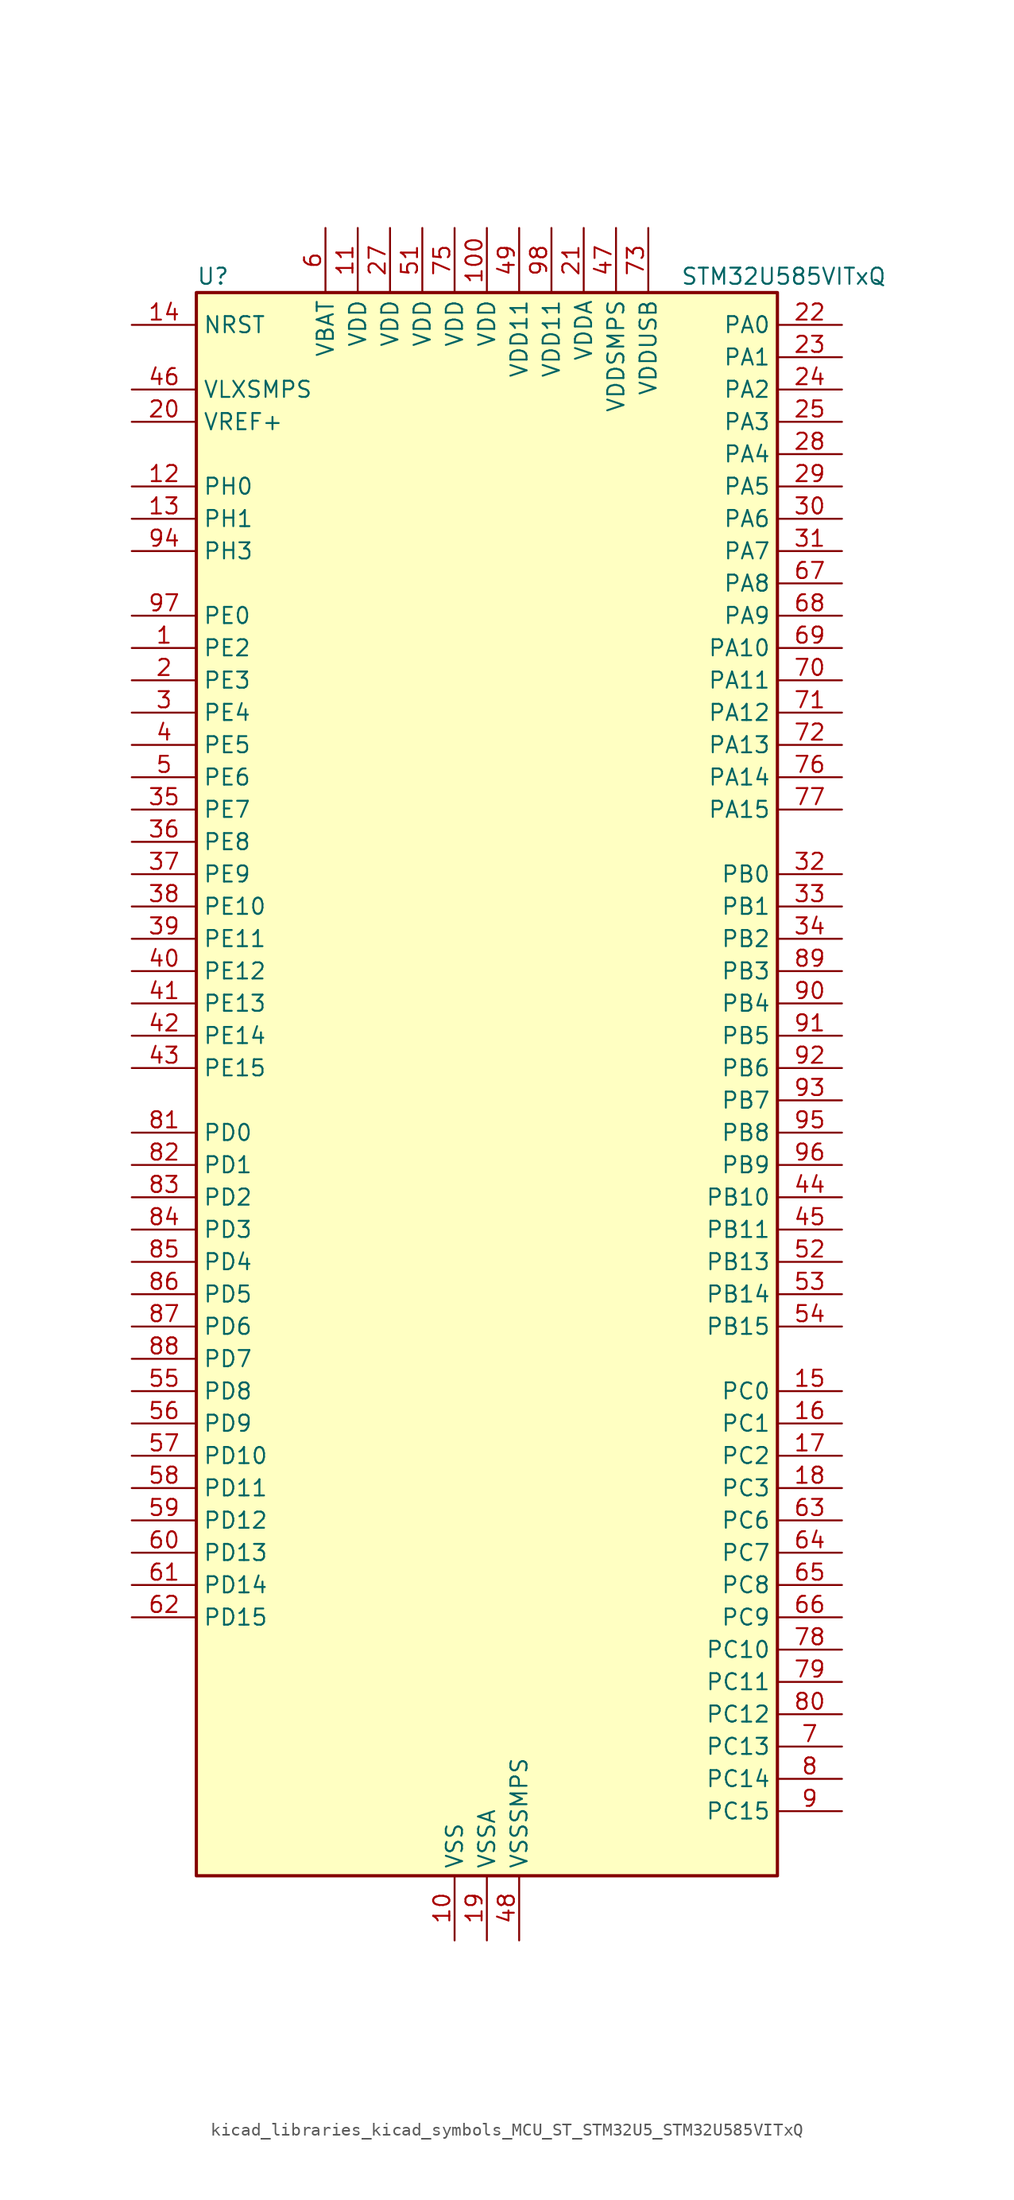
<source format=kicad_sym>
(kicad_symbol_lib
  (version 20220914)
  (generator kicad_symbol_editor)
  (symbol "kicad_libraries_kicad_symbols_MCU_ST_STM32U5_STM32U585VITxQ"
    (property "Reference" "U"
      (at -22.86 64.77 0)
      (effects (font (size 1.27 1.27)) (justify left)))
    (property "Value" "STM32U585VITxQ"
      (at 15.24 64.77 0)
      (effects (font (size 1.27 1.27)) (justify left)))
    (property "ki_locked" ""
      (at 0 0 0)
      (effects (font (size 1.27 1.27))))
    (symbol "kicad_libraries_kicad_symbols_MCU_ST_STM32U5_STM32U585VITxQ_0_1"
      (rectangle (start -22.86 -60.96) (end 22.86 63.5) (stroke (width 0.254) (type default)) (fill (type background))))
    (symbol "kicad_libraries_kicad_symbols_MCU_ST_STM32U5_STM32U585VITxQ_1_1"
      (pin bidirectional line (at -27.94 35.56 0) (length 5.08) (name "PE2" (effects (font (size 1.27 1.27)))) (number "1" (effects (font (size 1.27 1.27)))) (alternate "DEBUG_TRACECLK" bidirectional line) (alternate "FMC_A23" bidirectional line) (alternate "SAI1_CK1" bidirectional line) (alternate "SAI1_MCLK_A" bidirectional line) (alternate "TIM3_ETR" bidirectional line) (alternate "TSC_G7_IO1" bidirectional line))
      (pin power_in line (at -2.54 -66.04 90) (length 5.08) (name "VSS" (effects (font (size 1.27 1.27)))) (number "10" (effects (font (size 1.27 1.27)))))
      (pin power_in line (at 0 68.58 270) (length 5.08) (name "VDD" (effects (font (size 1.27 1.27)))) (number "100" (effects (font (size 1.27 1.27)))))
      (pin power_in line (at -10.16 68.58 270) (length 5.08) (name "VDD" (effects (font (size 1.27 1.27)))) (number "11" (effects (font (size 1.27 1.27)))))
      (pin bidirectional line (at -27.94 48.26 0) (length 5.08) (name "PH0" (effects (font (size 1.27 1.27)))) (number "12" (effects (font (size 1.27 1.27)))) (alternate "RCC_OSC_IN" bidirectional line))
      (pin bidirectional line (at -27.94 45.72 0) (length 5.08) (name "PH1" (effects (font (size 1.27 1.27)))) (number "13" (effects (font (size 1.27 1.27)))) (alternate "RCC_OSC_OUT" bidirectional line))
      (pin input line (at -27.94 60.96 0) (length 5.08) (name "NRST" (effects (font (size 1.27 1.27)))) (number "14" (effects (font (size 1.27 1.27)))))
      (pin bidirectional line (at 27.94 -22.86 180) (length 5.08) (name "PC0" (effects (font (size 1.27 1.27)))) (number "15" (effects (font (size 1.27 1.27)))) (alternate "ADC1_IN1" bidirectional line) (alternate "ADC4_IN1" bidirectional line) (alternate "I2C3_SCL" bidirectional line) (alternate "LPTIM1_IN1" bidirectional line) (alternate "LPTIM2_IN1" bidirectional line) (alternate "LPUART1_RX" bidirectional line) (alternate "MDF1_SDI4" bidirectional line) (alternate "OCTOSPIM_P1_IO7" bidirectional line) (alternate "SAI2_FS_A" bidirectional line) (alternate "SDMMC1_D5" bidirectional line) (alternate "SPI2_RDY" bidirectional line))
      (pin bidirectional line (at 27.94 -25.4 180) (length 5.08) (name "PC1" (effects (font (size 1.27 1.27)))) (number "16" (effects (font (size 1.27 1.27)))) (alternate "ADC1_IN2" bidirectional line) (alternate "ADC4_IN2" bidirectional line) (alternate "DEBUG_TRACED0" bidirectional line) (alternate "I2C3_SDA" bidirectional line) (alternate "LPTIM1_CH1" bidirectional line) (alternate "LPUART1_TX" bidirectional line) (alternate "MDF1_CKI4" bidirectional line) (alternate "OCTOSPIM_P1_IO4" bidirectional line) (alternate "SAI1_SD_A" bidirectional line) (alternate "SDMMC2_CK" bidirectional line) (alternate "SPI2_MOSI" bidirectional line))
      (pin bidirectional line (at 27.94 -27.94 180) (length 5.08) (name "PC2" (effects (font (size 1.27 1.27)))) (number "17" (effects (font (size 1.27 1.27)))) (alternate "ADC1_IN3" bidirectional line) (alternate "ADC4_IN3" bidirectional line) (alternate "LPTIM1_IN2" bidirectional line) (alternate "MDF1_CCK1" bidirectional line) (alternate "OCTOSPIM_P1_IO5" bidirectional line) (alternate "SPI2_MISO" bidirectional line))
      (pin bidirectional line (at 27.94 -30.48 180) (length 5.08) (name "PC3" (effects (font (size 1.27 1.27)))) (number "18" (effects (font (size 1.27 1.27)))) (alternate "ADC1_IN4" bidirectional line) (alternate "ADC4_IN4" bidirectional line) (alternate "LPTIM1_ETR" bidirectional line) (alternate "LPTIM2_ETR" bidirectional line) (alternate "LPTIM3_CH1" bidirectional line) (alternate "OCTOSPIM_P1_IO6" bidirectional line) (alternate "SAI1_D1" bidirectional line) (alternate "SAI1_SD_A" bidirectional line) (alternate "SPI2_MOSI" bidirectional line))
      (pin power_in line (at 0 -66.04 90) (length 5.08) (name "VSSA" (effects (font (size 1.27 1.27)))) (number "19" (effects (font (size 1.27 1.27)))))
      (pin bidirectional line (at -27.94 33.02 0) (length 5.08) (name "PE3" (effects (font (size 1.27 1.27)))) (number "2" (effects (font (size 1.27 1.27)))) (alternate "DEBUG_TRACED0" bidirectional line) (alternate "FMC_A19" bidirectional line) (alternate "OCTOSPIM_P1_DQS" bidirectional line) (alternate "SAI1_SD_B" bidirectional line) (alternate "TAMP_IN6" bidirectional line) (alternate "TAMP_OUT3" bidirectional line) (alternate "TIM3_CH1" bidirectional line) (alternate "TSC_G7_IO2" bidirectional line))
      (pin input line (at -27.94 53.34 0) (length 5.08) (name "VREF+" (effects (font (size 1.27 1.27)))) (number "20" (effects (font (size 1.27 1.27)))) (alternate "VREFBUF_OUT" bidirectional line))
      (pin power_in line (at 7.62 68.58 270) (length 5.08) (name "VDDA" (effects (font (size 1.27 1.27)))) (number "21" (effects (font (size 1.27 1.27)))))
      (pin bidirectional line (at 27.94 60.96 180) (length 5.08) (name "PA0" (effects (font (size 1.27 1.27)))) (number "22" (effects (font (size 1.27 1.27)))) (alternate "ADC1_IN5" bidirectional line) (alternate "AUDIOCLK" bidirectional line) (alternate "OCTOSPIM_P2_NCS" bidirectional line) (alternate "OPAMP1_VINP" bidirectional line) (alternate "PWR_WKUP1" bidirectional line) (alternate "SDMMC2_CMD" bidirectional line) (alternate "SPI3_RDY" bidirectional line) (alternate "TAMP_IN2" bidirectional line) (alternate "TAMP_OUT1" bidirectional line) (alternate "TIM2_CH1" bidirectional line) (alternate "TIM2_ETR" bidirectional line) (alternate "TIM5_CH1" bidirectional line) (alternate "TIM8_ETR" bidirectional line) (alternate "UART4_TX" bidirectional line) (alternate "USART2_CTS" bidirectional line))
      (pin bidirectional line (at 27.94 58.42 180) (length 5.08) (name "PA1" (effects (font (size 1.27 1.27)))) (number "23" (effects (font (size 1.27 1.27)))) (alternate "ADC1_IN6" bidirectional line) (alternate "I2C1_SMBA" bidirectional line) (alternate "LPTIM1_CH2" bidirectional line) (alternate "OCTOSPIM_P1_DQS" bidirectional line) (alternate "OPAMP1_VINM" bidirectional line) (alternate "PWR_WKUP3" bidirectional line) (alternate "SPI1_SCK" bidirectional line) (alternate "TAMP_IN5" bidirectional line) (alternate "TAMP_OUT4" bidirectional line) (alternate "TIM15_CH1N" bidirectional line) (alternate "TIM2_CH2" bidirectional line) (alternate "TIM5_CH2" bidirectional line) (alternate "UART4_RX" bidirectional line) (alternate "USART2_DE" bidirectional line) (alternate "USART2_RTS" bidirectional line))
      (pin bidirectional line (at 27.94 55.88 180) (length 5.08) (name "PA2" (effects (font (size 1.27 1.27)))) (number "24" (effects (font (size 1.27 1.27)))) (alternate "ADC1_IN7" bidirectional line) (alternate "COMP1_INP" bidirectional line) (alternate "LPUART1_TX" bidirectional line) (alternate "OCTOSPIM_P1_NCS" bidirectional line) (alternate "PWR_WKUP4" bidirectional line) (alternate "RCC_LSCO" bidirectional line) (alternate "SPI1_RDY" bidirectional line) (alternate "TIM15_CH1" bidirectional line) (alternate "TIM2_CH3" bidirectional line) (alternate "TIM5_CH3" bidirectional line) (alternate "UCPD1_FRSTX1" bidirectional line) (alternate "USART2_TX" bidirectional line))
      (pin bidirectional line (at 27.94 53.34 180) (length 5.08) (name "PA3" (effects (font (size 1.27 1.27)))) (number "25" (effects (font (size 1.27 1.27)))) (alternate "ADC1_IN8" bidirectional line) (alternate "LPUART1_RX" bidirectional line) (alternate "OCTOSPIM_P1_CLK" bidirectional line) (alternate "OPAMP1_VOUT" bidirectional line) (alternate "PWR_WKUP5" bidirectional line) (alternate "SAI1_CK1" bidirectional line) (alternate "SAI1_MCLK_A" bidirectional line) (alternate "TIM15_CH2" bidirectional line) (alternate "TIM2_CH4" bidirectional line) (alternate "TIM5_CH4" bidirectional line) (alternate "USART2_RX" bidirectional line))
      (pin passive line (at -2.54 -66.04 90) (length 5.08) hide (name "VSS" (effects (font (size 1.27 1.27)))) (number "26" (effects (font (size 1.27 1.27)))))
      (pin power_in line (at -7.62 68.58 270) (length 5.08) (name "VDD" (effects (font (size 1.27 1.27)))) (number "27" (effects (font (size 1.27 1.27)))))
      (pin bidirectional line (at 27.94 50.8 180) (length 5.08) (name "PA4" (effects (font (size 1.27 1.27)))) (number "28" (effects (font (size 1.27 1.27)))) (alternate "ADC1_IN9" bidirectional line) (alternate "ADC4_IN9" bidirectional line) (alternate "DAC1_OUT1" bidirectional line) (alternate "DCMI_HSYNC" bidirectional line) (alternate "LPTIM2_CH1" bidirectional line) (alternate "OCTOSPIM_P1_NCS" bidirectional line) (alternate "PSSI_DE" bidirectional line) (alternate "PWR_WKUP2" bidirectional line) (alternate "SAI1_FS_B" bidirectional line) (alternate "SPI1_NSS" bidirectional line) (alternate "SPI3_NSS" bidirectional line) (alternate "USART2_CK" bidirectional line))
      (pin bidirectional line (at 27.94 48.26 180) (length 5.08) (name "PA5" (effects (font (size 1.27 1.27)))) (number "29" (effects (font (size 1.27 1.27)))) (alternate "ADC1_IN10" bidirectional line) (alternate "ADC4_IN10" bidirectional line) (alternate "DAC1_OUT2" bidirectional line) (alternate "LPTIM2_ETR" bidirectional line) (alternate "PSSI_D14" bidirectional line) (alternate "PWR_CSLEEP" bidirectional line) (alternate "PWR_WKUP6" bidirectional line) (alternate "SPI1_SCK" bidirectional line) (alternate "TIM2_CH1" bidirectional line) (alternate "TIM2_ETR" bidirectional line) (alternate "TIM8_CH1N" bidirectional line) (alternate "USART3_RX" bidirectional line))
      (pin bidirectional line (at -27.94 30.48 0) (length 5.08) (name "PE4" (effects (font (size 1.27 1.27)))) (number "3" (effects (font (size 1.27 1.27)))) (alternate "DCMI_D4" bidirectional line) (alternate "DEBUG_TRACED1" bidirectional line) (alternate "FMC_A20" bidirectional line) (alternate "MDF1_SDI3" bidirectional line) (alternate "PSSI_D4" bidirectional line) (alternate "PWR_WKUP1" bidirectional line) (alternate "SAI1_D2" bidirectional line) (alternate "SAI1_FS_A" bidirectional line) (alternate "TAMP_IN7" bidirectional line) (alternate "TAMP_OUT8" bidirectional line) (alternate "TIM3_CH2" bidirectional line) (alternate "TSC_G7_IO3" bidirectional line))
      (pin bidirectional line (at 27.94 45.72 180) (length 5.08) (name "PA6" (effects (font (size 1.27 1.27)))) (number "30" (effects (font (size 1.27 1.27)))) (alternate "ADC1_IN11" bidirectional line) (alternate "ADC4_IN11" bidirectional line) (alternate "DCMI_PIXCLK" bidirectional line) (alternate "LPUART1_CTS" bidirectional line) (alternate "OCTOSPIM_P1_IO3" bidirectional line) (alternate "OPAMP2_VINP" bidirectional line) (alternate "PSSI_PDCK" bidirectional line) (alternate "PWR_CDSTOP" bidirectional line) (alternate "PWR_WKUP7" bidirectional line) (alternate "SPI1_MISO" bidirectional line) (alternate "TIM16_CH1" bidirectional line) (alternate "TIM1_BKIN" bidirectional line) (alternate "TIM3_CH1" bidirectional line) (alternate "TIM8_BKIN" bidirectional line) (alternate "USART3_CTS" bidirectional line))
      (pin bidirectional line (at 27.94 43.18 180) (length 5.08) (name "PA7" (effects (font (size 1.27 1.27)))) (number "31" (effects (font (size 1.27 1.27)))) (alternate "ADC1_IN12" bidirectional line) (alternate "ADC4_IN20" bidirectional line) (alternate "I2C3_SCL" bidirectional line) (alternate "LPTIM2_CH2" bidirectional line) (alternate "OCTOSPIM_P1_IO2" bidirectional line) (alternate "OPAMP2_VINM" bidirectional line) (alternate "PWR_SRDSTOP" bidirectional line) (alternate "PWR_WKUP8" bidirectional line) (alternate "SPI1_MOSI" bidirectional line) (alternate "TIM17_CH1" bidirectional line) (alternate "TIM1_CH1N" bidirectional line) (alternate "TIM3_CH2" bidirectional line) (alternate "TIM8_CH1N" bidirectional line) (alternate "USART3_TX" bidirectional line))
      (pin bidirectional line (at 27.94 17.78 180) (length 5.08) (name "PB0" (effects (font (size 1.27 1.27)))) (number "32" (effects (font (size 1.27 1.27)))) (alternate "ADC1_IN15" bidirectional line) (alternate "ADC4_IN18" bidirectional line) (alternate "AUDIOCLK" bidirectional line) (alternate "COMP1_OUT" bidirectional line) (alternate "LPTIM3_CH1" bidirectional line) (alternate "OCTOSPIM_P1_IO1" bidirectional line) (alternate "OPAMP2_VOUT" bidirectional line) (alternate "SPI1_NSS" bidirectional line) (alternate "TIM1_CH2N" bidirectional line) (alternate "TIM3_CH3" bidirectional line) (alternate "TIM8_CH2N" bidirectional line) (alternate "USART3_CK" bidirectional line))
      (pin bidirectional line (at 27.94 15.24 180) (length 5.08) (name "PB1" (effects (font (size 1.27 1.27)))) (number "33" (effects (font (size 1.27 1.27)))) (alternate "ADC1_IN16" bidirectional line) (alternate "ADC4_IN19" bidirectional line) (alternate "COMP1_INM" bidirectional line) (alternate "LPTIM2_IN1" bidirectional line) (alternate "LPTIM3_CH2" bidirectional line) (alternate "LPUART1_DE" bidirectional line) (alternate "LPUART1_RTS" bidirectional line) (alternate "MDF1_SDI0" bidirectional line) (alternate "OCTOSPIM_P1_IO0" bidirectional line) (alternate "PWR_WKUP4" bidirectional line) (alternate "TIM1_CH3N" bidirectional line) (alternate "TIM3_CH4" bidirectional line) (alternate "TIM8_CH3N" bidirectional line) (alternate "USART3_DE" bidirectional line) (alternate "USART3_RTS" bidirectional line))
      (pin bidirectional line (at 27.94 12.7 180) (length 5.08) (name "PB2" (effects (font (size 1.27 1.27)))) (number "34" (effects (font (size 1.27 1.27)))) (alternate "ADC1_IN17" bidirectional line) (alternate "COMP1_INP" bidirectional line) (alternate "I2C3_SMBA" bidirectional line) (alternate "LPTIM1_CH1" bidirectional line) (alternate "MDF1_CKI0" bidirectional line) (alternate "OCTOSPIM_P1_DQS" bidirectional line) (alternate "PWR_WKUP1" bidirectional line) (alternate "RTC_OUT2" bidirectional line) (alternate "SPI1_RDY" bidirectional line) (alternate "TIM8_CH4N" bidirectional line) (alternate "UCPD1_FRSTX1" bidirectional line))
      (pin bidirectional line (at -27.94 22.86 0) (length 5.08) (name "PE7" (effects (font (size 1.27 1.27)))) (number "35" (effects (font (size 1.27 1.27)))) (alternate "FMC_D4" bidirectional line) (alternate "FMC_DA4" bidirectional line) (alternate "MDF1_SDI2" bidirectional line) (alternate "PWR_WKUP6" bidirectional line) (alternate "SAI1_SD_B" bidirectional line) (alternate "TIM1_ETR" bidirectional line))
      (pin bidirectional line (at -27.94 20.32 0) (length 5.08) (name "PE8" (effects (font (size 1.27 1.27)))) (number "36" (effects (font (size 1.27 1.27)))) (alternate "FMC_D5" bidirectional line) (alternate "FMC_DA5" bidirectional line) (alternate "MDF1_CKI2" bidirectional line) (alternate "PWR_WKUP7" bidirectional line) (alternate "SAI1_SCK_B" bidirectional line) (alternate "TIM1_CH1N" bidirectional line))
      (pin bidirectional line (at -27.94 17.78 0) (length 5.08) (name "PE9" (effects (font (size 1.27 1.27)))) (number "37" (effects (font (size 1.27 1.27)))) (alternate "ADF1_CCK0" bidirectional line) (alternate "DAC1_EXTI9" bidirectional line) (alternate "FMC_D6" bidirectional line) (alternate "FMC_DA6" bidirectional line) (alternate "MDF1_CCK0" bidirectional line) (alternate "OCTOSPIM_P1_NCLK" bidirectional line) (alternate "SAI1_FS_B" bidirectional line) (alternate "TIM1_CH1" bidirectional line))
      (pin bidirectional line (at -27.94 15.24 0) (length 5.08) (name "PE10" (effects (font (size 1.27 1.27)))) (number "38" (effects (font (size 1.27 1.27)))) (alternate "ADF1_SDI0" bidirectional line) (alternate "FMC_D7" bidirectional line) (alternate "FMC_DA7" bidirectional line) (alternate "MDF1_SDI4" bidirectional line) (alternate "OCTOSPIM_P1_CLK" bidirectional line) (alternate "SAI1_MCLK_B" bidirectional line) (alternate "TIM1_CH2N" bidirectional line) (alternate "TSC_G5_IO1" bidirectional line))
      (pin bidirectional line (at -27.94 12.7 0) (length 5.08) (name "PE11" (effects (font (size 1.27 1.27)))) (number "39" (effects (font (size 1.27 1.27)))) (alternate "ADC1_EXTI11" bidirectional line) (alternate "FMC_D8" bidirectional line) (alternate "FMC_DA8" bidirectional line) (alternate "MDF1_CKI4" bidirectional line) (alternate "OCTOSPIM_P1_NCS" bidirectional line) (alternate "SPI1_RDY" bidirectional line) (alternate "TIM1_CH2" bidirectional line) (alternate "TSC_G5_IO2" bidirectional line))
      (pin bidirectional line (at -27.94 27.94 0) (length 5.08) (name "PE5" (effects (font (size 1.27 1.27)))) (number "4" (effects (font (size 1.27 1.27)))) (alternate "DCMI_D6" bidirectional line) (alternate "DEBUG_TRACED2" bidirectional line) (alternate "FMC_A21" bidirectional line) (alternate "MDF1_CKI3" bidirectional line) (alternate "PSSI_D6" bidirectional line) (alternate "PWR_WKUP2" bidirectional line) (alternate "SAI1_CK2" bidirectional line) (alternate "SAI1_SCK_A" bidirectional line) (alternate "TAMP_IN8" bidirectional line) (alternate "TAMP_OUT7" bidirectional line) (alternate "TIM3_CH3" bidirectional line) (alternate "TSC_G7_IO4" bidirectional line))
      (pin bidirectional line (at -27.94 10.16 0) (length 5.08) (name "PE12" (effects (font (size 1.27 1.27)))) (number "40" (effects (font (size 1.27 1.27)))) (alternate "FMC_D9" bidirectional line) (alternate "FMC_DA9" bidirectional line) (alternate "MDF1_SDI5" bidirectional line) (alternate "OCTOSPIM_P1_IO0" bidirectional line) (alternate "SPI1_NSS" bidirectional line) (alternate "TIM1_CH3N" bidirectional line) (alternate "TSC_G5_IO3" bidirectional line))
      (pin bidirectional line (at -27.94 7.62 0) (length 5.08) (name "PE13" (effects (font (size 1.27 1.27)))) (number "41" (effects (font (size 1.27 1.27)))) (alternate "FMC_D10" bidirectional line) (alternate "FMC_DA10" bidirectional line) (alternate "MDF1_CKI5" bidirectional line) (alternate "OCTOSPIM_P1_IO1" bidirectional line) (alternate "SPI1_SCK" bidirectional line) (alternate "TIM1_CH3" bidirectional line) (alternate "TSC_G5_IO4" bidirectional line))
      (pin bidirectional line (at -27.94 5.08 0) (length 5.08) (name "PE14" (effects (font (size 1.27 1.27)))) (number "42" (effects (font (size 1.27 1.27)))) (alternate "FMC_D11" bidirectional line) (alternate "FMC_DA11" bidirectional line) (alternate "OCTOSPIM_P1_IO2" bidirectional line) (alternate "SPI1_MISO" bidirectional line) (alternate "TIM1_BKIN2" bidirectional line) (alternate "TIM1_CH4" bidirectional line))
      (pin bidirectional line (at -27.94 2.54 0) (length 5.08) (name "PE15" (effects (font (size 1.27 1.27)))) (number "43" (effects (font (size 1.27 1.27)))) (alternate "ADC1_EXTI15" bidirectional line) (alternate "ADC4_EXTI15" bidirectional line) (alternate "FMC_D12" bidirectional line) (alternate "FMC_DA12" bidirectional line) (alternate "OCTOSPIM_P1_IO3" bidirectional line) (alternate "SPI1_MOSI" bidirectional line) (alternate "TIM1_BKIN" bidirectional line) (alternate "TIM1_CH4N" bidirectional line))
      (pin bidirectional line (at 27.94 -7.62 180) (length 5.08) (name "PB10" (effects (font (size 1.27 1.27)))) (number "44" (effects (font (size 1.27 1.27)))) (alternate "COMP1_OUT" bidirectional line) (alternate "I2C2_SCL" bidirectional line) (alternate "I2C4_SCL" bidirectional line) (alternate "LPTIM3_CH1" bidirectional line) (alternate "LPUART1_RX" bidirectional line) (alternate "OCTOSPIM_P1_CLK" bidirectional line) (alternate "PWR_WKUP8" bidirectional line) (alternate "SAI1_SCK_A" bidirectional line) (alternate "SPI2_SCK" bidirectional line) (alternate "TIM2_CH3" bidirectional line) (alternate "TSC_SYNC" bidirectional line) (alternate "USART3_TX" bidirectional line))
      (pin bidirectional line (at 27.94 -10.16 180) (length 5.08) (name "PB11" (effects (font (size 1.27 1.27)))) (number "45" (effects (font (size 1.27 1.27)))) (alternate "ADC1_EXTI11" bidirectional line) (alternate "COMP2_OUT" bidirectional line) (alternate "I2C2_SDA" bidirectional line) (alternate "I2C4_SDA" bidirectional line) (alternate "LPUART1_TX" bidirectional line) (alternate "OCTOSPIM_P1_NCS" bidirectional line) (alternate "SPI2_RDY" bidirectional line) (alternate "TIM2_CH4" bidirectional line) (alternate "USART3_RX" bidirectional line))
      (pin power_in line (at -27.94 55.88 0) (length 5.08) (name "VLXSMPS" (effects (font (size 1.27 1.27)))) (number "46" (effects (font (size 1.27 1.27)))))
      (pin power_in line (at 10.16 68.58 270) (length 5.08) (name "VDDSMPS" (effects (font (size 1.27 1.27)))) (number "47" (effects (font (size 1.27 1.27)))))
      (pin power_in line (at 2.54 -66.04 90) (length 5.08) (name "VSSSMPS" (effects (font (size 1.27 1.27)))) (number "48" (effects (font (size 1.27 1.27)))))
      (pin power_in line (at 2.54 68.58 270) (length 5.08) (name "VDD11" (effects (font (size 1.27 1.27)))) (number "49" (effects (font (size 1.27 1.27)))))
      (pin bidirectional line (at -27.94 25.4 0) (length 5.08) (name "PE6" (effects (font (size 1.27 1.27)))) (number "5" (effects (font (size 1.27 1.27)))) (alternate "DCMI_D7" bidirectional line) (alternate "DEBUG_TRACED3" bidirectional line) (alternate "FMC_A22" bidirectional line) (alternate "PSSI_D7" bidirectional line) (alternate "PWR_WKUP3" bidirectional line) (alternate "SAI1_D1" bidirectional line) (alternate "SAI1_SD_A" bidirectional line) (alternate "TAMP_IN3" bidirectional line) (alternate "TAMP_OUT6" bidirectional line) (alternate "TIM3_CH4" bidirectional line))
      (pin passive line (at -2.54 -66.04 90) (length 5.08) hide (name "VSS" (effects (font (size 1.27 1.27)))) (number "50" (effects (font (size 1.27 1.27)))))
      (pin power_in line (at -5.08 68.58 270) (length 5.08) (name "VDD" (effects (font (size 1.27 1.27)))) (number "51" (effects (font (size 1.27 1.27)))))
      (pin bidirectional line (at 27.94 -12.7 180) (length 5.08) (name "PB13" (effects (font (size 1.27 1.27)))) (number "52" (effects (font (size 1.27 1.27)))) (alternate "I2C2_SCL" bidirectional line) (alternate "LPTIM3_IN1" bidirectional line) (alternate "LPUART1_CTS" bidirectional line) (alternate "MDF1_CKI1" bidirectional line) (alternate "SAI2_SCK_A" bidirectional line) (alternate "SPI2_SCK" bidirectional line) (alternate "TIM15_CH1N" bidirectional line) (alternate "TIM1_CH1N" bidirectional line) (alternate "TSC_G1_IO2" bidirectional line) (alternate "USART3_CTS" bidirectional line))
      (pin bidirectional line (at 27.94 -15.24 180) (length 5.08) (name "PB14" (effects (font (size 1.27 1.27)))) (number "53" (effects (font (size 1.27 1.27)))) (alternate "I2C2_SDA" bidirectional line) (alternate "LPTIM3_ETR" bidirectional line) (alternate "MDF1_SDI2" bidirectional line) (alternate "SAI2_MCLK_A" bidirectional line) (alternate "SDMMC2_D0" bidirectional line) (alternate "SPI2_MISO" bidirectional line) (alternate "TIM15_CH1" bidirectional line) (alternate "TIM1_CH2N" bidirectional line) (alternate "TIM8_CH2N" bidirectional line) (alternate "TSC_G1_IO3" bidirectional line) (alternate "UCPD1_DBCC2" bidirectional line) (alternate "USART3_DE" bidirectional line) (alternate "USART3_RTS" bidirectional line))
      (pin bidirectional line (at 27.94 -17.78 180) (length 5.08) (name "PB15" (effects (font (size 1.27 1.27)))) (number "54" (effects (font (size 1.27 1.27)))) (alternate "ADC1_EXTI15" bidirectional line) (alternate "ADC4_EXTI15" bidirectional line) (alternate "FMC_NBL1" bidirectional line) (alternate "LPTIM2_IN2" bidirectional line) (alternate "MDF1_CKI2" bidirectional line) (alternate "PWR_WKUP7" bidirectional line) (alternate "RTC_REFIN" bidirectional line) (alternate "SAI2_SD_A" bidirectional line) (alternate "SDMMC2_D1" bidirectional line) (alternate "SPI2_MOSI" bidirectional line) (alternate "TIM15_CH2" bidirectional line) (alternate "TIM1_CH3N" bidirectional line) (alternate "TIM8_CH3N" bidirectional line) (alternate "UCPD1_CC2" bidirectional line))
      (pin bidirectional line (at -27.94 -22.86 0) (length 5.08) (name "PD8" (effects (font (size 1.27 1.27)))) (number "55" (effects (font (size 1.27 1.27)))) (alternate "DCMI_HSYNC" bidirectional line) (alternate "FMC_D13" bidirectional line) (alternate "FMC_DA13" bidirectional line) (alternate "PSSI_DE" bidirectional line) (alternate "USART3_TX" bidirectional line))
      (pin bidirectional line (at -27.94 -25.4 0) (length 5.08) (name "PD9" (effects (font (size 1.27 1.27)))) (number "56" (effects (font (size 1.27 1.27)))) (alternate "DAC1_EXTI9" bidirectional line) (alternate "DCMI_PIXCLK" bidirectional line) (alternate "FMC_D14" bidirectional line) (alternate "FMC_DA14" bidirectional line) (alternate "LPTIM2_IN2" bidirectional line) (alternate "LPTIM3_IN1" bidirectional line) (alternate "PSSI_PDCK" bidirectional line) (alternate "SAI2_MCLK_A" bidirectional line) (alternate "USART3_RX" bidirectional line))
      (pin bidirectional line (at -27.94 -27.94 0) (length 5.08) (name "PD10" (effects (font (size 1.27 1.27)))) (number "57" (effects (font (size 1.27 1.27)))) (alternate "FMC_D15" bidirectional line) (alternate "FMC_DA15" bidirectional line) (alternate "LPTIM2_CH2" bidirectional line) (alternate "LPTIM3_ETR" bidirectional line) (alternate "SAI2_SCK_A" bidirectional line) (alternate "TSC_G6_IO1" bidirectional line) (alternate "USART3_CK" bidirectional line))
      (pin bidirectional line (at -27.94 -30.48 0) (length 5.08) (name "PD11" (effects (font (size 1.27 1.27)))) (number "58" (effects (font (size 1.27 1.27)))) (alternate "ADC1_EXTI11" bidirectional line) (alternate "ADC4_IN15" bidirectional line) (alternate "FMC_A16" bidirectional line) (alternate "FMC_CLE" bidirectional line) (alternate "I2C4_SMBA" bidirectional line) (alternate "LPTIM2_ETR" bidirectional line) (alternate "SAI2_SD_A" bidirectional line) (alternate "TSC_G6_IO2" bidirectional line) (alternate "USART3_CTS" bidirectional line))
      (pin bidirectional line (at -27.94 -33.02 0) (length 5.08) (name "PD12" (effects (font (size 1.27 1.27)))) (number "59" (effects (font (size 1.27 1.27)))) (alternate "ADC4_IN16" bidirectional line) (alternate "FMC_A17" bidirectional line) (alternate "FMC_ALE" bidirectional line) (alternate "I2C4_SCL" bidirectional line) (alternate "LPTIM2_IN1" bidirectional line) (alternate "SAI2_FS_A" bidirectional line) (alternate "TIM4_CH1" bidirectional line) (alternate "TSC_G6_IO3" bidirectional line) (alternate "USART3_DE" bidirectional line) (alternate "USART3_RTS" bidirectional line))
      (pin power_in line (at -12.7 68.58 270) (length 5.08) (name "VBAT" (effects (font (size 1.27 1.27)))) (number "6" (effects (font (size 1.27 1.27)))))
      (pin bidirectional line (at -27.94 -35.56 0) (length 5.08) (name "PD13" (effects (font (size 1.27 1.27)))) (number "60" (effects (font (size 1.27 1.27)))) (alternate "ADC4_IN17" bidirectional line) (alternate "FMC_A18" bidirectional line) (alternate "I2C4_SDA" bidirectional line) (alternate "LPTIM2_CH1" bidirectional line) (alternate "LPTIM4_IN1" bidirectional line) (alternate "TIM4_CH2" bidirectional line) (alternate "TSC_G6_IO4" bidirectional line))
      (pin bidirectional line (at -27.94 -38.1 0) (length 5.08) (name "PD14" (effects (font (size 1.27 1.27)))) (number "61" (effects (font (size 1.27 1.27)))) (alternate "FMC_D0" bidirectional line) (alternate "FMC_DA0" bidirectional line) (alternate "LPTIM3_CH1" bidirectional line) (alternate "TIM4_CH3" bidirectional line))
      (pin bidirectional line (at -27.94 -40.64 0) (length 5.08) (name "PD15" (effects (font (size 1.27 1.27)))) (number "62" (effects (font (size 1.27 1.27)))) (alternate "ADC1_EXTI15" bidirectional line) (alternate "ADC4_EXTI15" bidirectional line) (alternate "FMC_D1" bidirectional line) (alternate "FMC_DA1" bidirectional line) (alternate "LPTIM3_CH2" bidirectional line) (alternate "TIM4_CH4" bidirectional line))
      (pin bidirectional line (at 27.94 -33.02 180) (length 5.08) (name "PC6" (effects (font (size 1.27 1.27)))) (number "63" (effects (font (size 1.27 1.27)))) (alternate "DCMI_D0" bidirectional line) (alternate "MDF1_CKI3" bidirectional line) (alternate "PSSI_D0" bidirectional line) (alternate "PWR_CSLEEP" bidirectional line) (alternate "SAI2_MCLK_A" bidirectional line) (alternate "SDMMC1_D0DIR" bidirectional line) (alternate "SDMMC1_D6" bidirectional line) (alternate "SDMMC2_D6" bidirectional line) (alternate "TIM3_CH1" bidirectional line) (alternate "TIM8_CH1" bidirectional line) (alternate "TSC_G4_IO1" bidirectional line))
      (pin bidirectional line (at 27.94 -35.56 180) (length 5.08) (name "PC7" (effects (font (size 1.27 1.27)))) (number "64" (effects (font (size 1.27 1.27)))) (alternate "DCMI_D1" bidirectional line) (alternate "LPTIM2_CH2" bidirectional line) (alternate "MDF1_SDI3" bidirectional line) (alternate "PSSI_D1" bidirectional line) (alternate "PWR_CDSTOP" bidirectional line) (alternate "SAI2_MCLK_B" bidirectional line) (alternate "SDMMC1_D123DIR" bidirectional line) (alternate "SDMMC1_D7" bidirectional line) (alternate "SDMMC2_D7" bidirectional line) (alternate "TIM3_CH2" bidirectional line) (alternate "TIM8_CH2" bidirectional line) (alternate "TSC_G4_IO2" bidirectional line))
      (pin bidirectional line (at 27.94 -38.1 180) (length 5.08) (name "PC8" (effects (font (size 1.27 1.27)))) (number "65" (effects (font (size 1.27 1.27)))) (alternate "DCMI_D2" bidirectional line) (alternate "LPTIM3_CH1" bidirectional line) (alternate "PSSI_D2" bidirectional line) (alternate "PWR_SRDSTOP" bidirectional line) (alternate "SDMMC1_D0" bidirectional line) (alternate "TIM3_CH3" bidirectional line) (alternate "TIM8_CH3" bidirectional line) (alternate "TSC_G4_IO3" bidirectional line))
      (pin bidirectional line (at 27.94 -40.64 180) (length 5.08) (name "PC9" (effects (font (size 1.27 1.27)))) (number "66" (effects (font (size 1.27 1.27)))) (alternate "DAC1_EXTI9" bidirectional line) (alternate "DCMI_D3" bidirectional line) (alternate "DEBUG_TRACED0" bidirectional line) (alternate "LPTIM3_CH2" bidirectional line) (alternate "PSSI_D3" bidirectional line) (alternate "SDMMC1_D1" bidirectional line) (alternate "TIM3_CH4" bidirectional line) (alternate "TIM8_BKIN2" bidirectional line) (alternate "TIM8_CH4" bidirectional line) (alternate "TSC_G4_IO4" bidirectional line) (alternate "USB_OTG_FS_NOE" bidirectional line))
      (pin bidirectional line (at 27.94 40.64 180) (length 5.08) (name "PA8" (effects (font (size 1.27 1.27)))) (number "67" (effects (font (size 1.27 1.27)))) (alternate "DEBUG_TRACECLK" bidirectional line) (alternate "LPTIM2_CH1" bidirectional line) (alternate "RCC_MCO" bidirectional line) (alternate "SAI1_CK2" bidirectional line) (alternate "SAI1_SCK_A" bidirectional line) (alternate "SPI1_RDY" bidirectional line) (alternate "TIM1_CH1" bidirectional line) (alternate "USART1_CK" bidirectional line) (alternate "USB_OTG_FS_SOF" bidirectional line))
      (pin bidirectional line (at 27.94 38.1 180) (length 5.08) (name "PA9" (effects (font (size 1.27 1.27)))) (number "68" (effects (font (size 1.27 1.27)))) (alternate "DAC1_EXTI9" bidirectional line) (alternate "DCMI_D0" bidirectional line) (alternate "PSSI_D0" bidirectional line) (alternate "SAI1_FS_A" bidirectional line) (alternate "SPI2_SCK" bidirectional line) (alternate "TIM15_BKIN" bidirectional line) (alternate "TIM1_CH2" bidirectional line) (alternate "USART1_TX" bidirectional line) (alternate "USB_OTG_FS_VBUS" bidirectional line))
      (pin bidirectional line (at 27.94 35.56 180) (length 5.08) (name "PA10" (effects (font (size 1.27 1.27)))) (number "69" (effects (font (size 1.27 1.27)))) (alternate "CRS_SYNC" bidirectional line) (alternate "DCMI_D1" bidirectional line) (alternate "LPTIM2_IN2" bidirectional line) (alternate "PSSI_D1" bidirectional line) (alternate "SAI1_D1" bidirectional line) (alternate "SAI1_SD_A" bidirectional line) (alternate "TIM17_BKIN" bidirectional line) (alternate "TIM1_CH3" bidirectional line) (alternate "USART1_RX" bidirectional line) (alternate "USB_OTG_FS_ID" bidirectional line))
      (pin bidirectional line (at 27.94 -50.8 180) (length 5.08) (name "PC13" (effects (font (size 1.27 1.27)))) (number "7" (effects (font (size 1.27 1.27)))) (alternate "PWR_WKUP2" bidirectional line) (alternate "RTC_OUT1" bidirectional line) (alternate "RTC_TS" bidirectional line) (alternate "TAMP_IN1" bidirectional line) (alternate "TAMP_OUT2" bidirectional line))
      (pin bidirectional line (at 27.94 33.02 180) (length 5.08) (name "PA11" (effects (font (size 1.27 1.27)))) (number "70" (effects (font (size 1.27 1.27)))) (alternate "ADC1_EXTI11" bidirectional line) (alternate "FDCAN1_RX" bidirectional line) (alternate "SPI1_MISO" bidirectional line) (alternate "TIM1_BKIN2" bidirectional line) (alternate "TIM1_CH4" bidirectional line) (alternate "USART1_CTS" bidirectional line) (alternate "USB_OTG_FS_DM" bidirectional line))
      (pin bidirectional line (at 27.94 30.48 180) (length 5.08) (name "PA12" (effects (font (size 1.27 1.27)))) (number "71" (effects (font (size 1.27 1.27)))) (alternate "FDCAN1_TX" bidirectional line) (alternate "OCTOSPIM_P2_NCS" bidirectional line) (alternate "SPI1_MOSI" bidirectional line) (alternate "TIM1_ETR" bidirectional line) (alternate "USART1_DE" bidirectional line) (alternate "USART1_RTS" bidirectional line) (alternate "USB_OTG_FS_DP" bidirectional line))
      (pin bidirectional line (at 27.94 27.94 180) (length 5.08) (name "PA13" (effects (font (size 1.27 1.27)))) (number "72" (effects (font (size 1.27 1.27)))) (alternate "DEBUG_JTMS-SWDIO" bidirectional line) (alternate "IR_OUT" bidirectional line) (alternate "SAI1_SD_B" bidirectional line) (alternate "USB_OTG_FS_NOE" bidirectional line))
      (pin power_in line (at 12.7 68.58 270) (length 5.08) (name "VDDUSB" (effects (font (size 1.27 1.27)))) (number "73" (effects (font (size 1.27 1.27)))))
      (pin passive line (at -2.54 -66.04 90) (length 5.08) hide (name "VSS" (effects (font (size 1.27 1.27)))) (number "74" (effects (font (size 1.27 1.27)))))
      (pin power_in line (at -2.54 68.58 270) (length 5.08) (name "VDD" (effects (font (size 1.27 1.27)))) (number "75" (effects (font (size 1.27 1.27)))))
      (pin bidirectional line (at 27.94 25.4 180) (length 5.08) (name "PA14" (effects (font (size 1.27 1.27)))) (number "76" (effects (font (size 1.27 1.27)))) (alternate "DEBUG_JTCK-SWCLK" bidirectional line) (alternate "I2C1_SMBA" bidirectional line) (alternate "I2C4_SMBA" bidirectional line) (alternate "LPTIM1_CH1" bidirectional line) (alternate "SAI1_FS_B" bidirectional line) (alternate "USB_OTG_FS_SOF" bidirectional line))
      (pin bidirectional line (at 27.94 22.86 180) (length 5.08) (name "PA15" (effects (font (size 1.27 1.27)))) (number "77" (effects (font (size 1.27 1.27)))) (alternate "ADC1_EXTI15" bidirectional line) (alternate "ADC4_EXTI15" bidirectional line) (alternate "DEBUG_JTDI" bidirectional line) (alternate "SAI2_FS_B" bidirectional line) (alternate "SPI1_NSS" bidirectional line) (alternate "SPI3_NSS" bidirectional line) (alternate "TIM2_CH1" bidirectional line) (alternate "TIM2_ETR" bidirectional line) (alternate "UART4_DE" bidirectional line) (alternate "UART4_RTS" bidirectional line) (alternate "UCPD1_CC1" bidirectional line) (alternate "USART2_RX" bidirectional line) (alternate "USART3_DE" bidirectional line) (alternate "USART3_RTS" bidirectional line))
      (pin bidirectional line (at 27.94 -43.18 180) (length 5.08) (name "PC10" (effects (font (size 1.27 1.27)))) (number "78" (effects (font (size 1.27 1.27)))) (alternate "ADF1_CCK1" bidirectional line) (alternate "DCMI_D8" bidirectional line) (alternate "DEBUG_TRACED1" bidirectional line) (alternate "LPTIM3_ETR" bidirectional line) (alternate "PSSI_D8" bidirectional line) (alternate "SAI2_SCK_B" bidirectional line) (alternate "SDMMC1_D2" bidirectional line) (alternate "SPI3_SCK" bidirectional line) (alternate "TSC_G3_IO2" bidirectional line) (alternate "UART4_TX" bidirectional line) (alternate "USART3_TX" bidirectional line))
      (pin bidirectional line (at 27.94 -45.72 180) (length 5.08) (name "PC11" (effects (font (size 1.27 1.27)))) (number "79" (effects (font (size 1.27 1.27)))) (alternate "ADC1_EXTI11" bidirectional line) (alternate "ADF1_SDI0" bidirectional line) (alternate "DCMI_D2" bidirectional line) (alternate "DCMI_D4" bidirectional line) (alternate "LPTIM3_IN1" bidirectional line) (alternate "OCTOSPIM_P1_NCS" bidirectional line) (alternate "PSSI_D2" bidirectional line) (alternate "PSSI_D4" bidirectional line) (alternate "SAI2_MCLK_B" bidirectional line) (alternate "SDMMC1_D3" bidirectional line) (alternate "SPI3_MISO" bidirectional line) (alternate "TSC_G3_IO3" bidirectional line) (alternate "UART4_RX" bidirectional line) (alternate "UCPD1_FRSTX2" bidirectional line) (alternate "USART3_RX" bidirectional line))
      (pin bidirectional line (at 27.94 -53.34 180) (length 5.08) (name "PC14" (effects (font (size 1.27 1.27)))) (number "8" (effects (font (size 1.27 1.27)))) (alternate "RCC_OSC32_IN" bidirectional line))
      (pin bidirectional line (at 27.94 -48.26 180) (length 5.08) (name "PC12" (effects (font (size 1.27 1.27)))) (number "80" (effects (font (size 1.27 1.27)))) (alternate "DCMI_D9" bidirectional line) (alternate "DEBUG_TRACED3" bidirectional line) (alternate "PSSI_D9" bidirectional line) (alternate "SAI2_SD_B" bidirectional line) (alternate "SDMMC1_CK" bidirectional line) (alternate "SPI3_MOSI" bidirectional line) (alternate "TSC_G3_IO4" bidirectional line) (alternate "UART5_TX" bidirectional line) (alternate "USART3_CK" bidirectional line))
      (pin bidirectional line (at -27.94 -2.54 0) (length 5.08) (name "PD0" (effects (font (size 1.27 1.27)))) (number "81" (effects (font (size 1.27 1.27)))) (alternate "FDCAN1_RX" bidirectional line) (alternate "FMC_D2" bidirectional line) (alternate "FMC_DA2" bidirectional line) (alternate "SPI2_NSS" bidirectional line) (alternate "TIM8_CH4N" bidirectional line))
      (pin bidirectional line (at -27.94 -5.08 0) (length 5.08) (name "PD1" (effects (font (size 1.27 1.27)))) (number "82" (effects (font (size 1.27 1.27)))) (alternate "FDCAN1_TX" bidirectional line) (alternate "FMC_D3" bidirectional line) (alternate "FMC_DA3" bidirectional line) (alternate "SPI2_SCK" bidirectional line))
      (pin bidirectional line (at -27.94 -7.62 0) (length 5.08) (name "PD2" (effects (font (size 1.27 1.27)))) (number "83" (effects (font (size 1.27 1.27)))) (alternate "DCMI_D11" bidirectional line) (alternate "DEBUG_TRACED2" bidirectional line) (alternate "LPTIM4_ETR" bidirectional line) (alternate "PSSI_D11" bidirectional line) (alternate "SDMMC1_CMD" bidirectional line) (alternate "TIM3_ETR" bidirectional line) (alternate "TSC_SYNC" bidirectional line) (alternate "UART5_RX" bidirectional line) (alternate "USART3_DE" bidirectional line) (alternate "USART3_RTS" bidirectional line))
      (pin bidirectional line (at -27.94 -10.16 0) (length 5.08) (name "PD3" (effects (font (size 1.27 1.27)))) (number "84" (effects (font (size 1.27 1.27)))) (alternate "DCMI_D5" bidirectional line) (alternate "FMC_CLK" bidirectional line) (alternate "MDF1_SDI0" bidirectional line) (alternate "OCTOSPIM_P2_NCS" bidirectional line) (alternate "PSSI_D5" bidirectional line) (alternate "SPI2_MISO" bidirectional line) (alternate "SPI2_SCK" bidirectional line) (alternate "USART2_CTS" bidirectional line))
      (pin bidirectional line (at -27.94 -12.7 0) (length 5.08) (name "PD4" (effects (font (size 1.27 1.27)))) (number "85" (effects (font (size 1.27 1.27)))) (alternate "FMC_NOE" bidirectional line) (alternate "MDF1_CKI0" bidirectional line) (alternate "OCTOSPIM_P1_IO4" bidirectional line) (alternate "SPI2_MOSI" bidirectional line) (alternate "USART2_DE" bidirectional line) (alternate "USART2_RTS" bidirectional line))
      (pin bidirectional line (at -27.94 -15.24 0) (length 5.08) (name "PD5" (effects (font (size 1.27 1.27)))) (number "86" (effects (font (size 1.27 1.27)))) (alternate "FMC_NWE" bidirectional line) (alternate "OCTOSPIM_P1_IO5" bidirectional line) (alternate "SPI2_RDY" bidirectional line) (alternate "USART2_TX" bidirectional line))
      (pin bidirectional line (at -27.94 -17.78 0) (length 5.08) (name "PD6" (effects (font (size 1.27 1.27)))) (number "87" (effects (font (size 1.27 1.27)))) (alternate "DCMI_D10" bidirectional line) (alternate "FMC_NWAIT" bidirectional line) (alternate "MDF1_SDI1" bidirectional line) (alternate "OCTOSPIM_P1_IO6" bidirectional line) (alternate "PSSI_D10" bidirectional line) (alternate "SAI1_D1" bidirectional line) (alternate "SAI1_SD_A" bidirectional line) (alternate "SDMMC2_CK" bidirectional line) (alternate "SPI3_MOSI" bidirectional line) (alternate "USART2_RX" bidirectional line))
      (pin bidirectional line (at -27.94 -20.32 0) (length 5.08) (name "PD7" (effects (font (size 1.27 1.27)))) (number "88" (effects (font (size 1.27 1.27)))) (alternate "FMC_NCE" bidirectional line) (alternate "FMC_NE1" bidirectional line) (alternate "LPTIM4_OUT" bidirectional line) (alternate "MDF1_CKI1" bidirectional line) (alternate "OCTOSPIM_P1_IO7" bidirectional line) (alternate "SDMMC2_CMD" bidirectional line) (alternate "USART2_CK" bidirectional line))
      (pin bidirectional line (at 27.94 10.16 180) (length 5.08) (name "PB3" (effects (font (size 1.27 1.27)))) (number "89" (effects (font (size 1.27 1.27)))) (alternate "ADF1_CCK0" bidirectional line) (alternate "COMP2_INM" bidirectional line) (alternate "CRS_SYNC" bidirectional line) (alternate "DEBUG_JTDO-SWO" bidirectional line) (alternate "I2C1_SDA" bidirectional line) (alternate "LPTIM1_CH1" bidirectional line) (alternate "SAI1_SCK_B" bidirectional line) (alternate "SDMMC2_D2" bidirectional line) (alternate "SPI1_SCK" bidirectional line) (alternate "SPI3_SCK" bidirectional line) (alternate "TIM2_CH2" bidirectional line) (alternate "USART1_DE" bidirectional line) (alternate "USART1_RTS" bidirectional line))
      (pin bidirectional line (at 27.94 -55.88 180) (length 5.08) (name "PC15" (effects (font (size 1.27 1.27)))) (number "9" (effects (font (size 1.27 1.27)))) (alternate "ADC1_EXTI15" bidirectional line) (alternate "ADC4_EXTI15" bidirectional line) (alternate "RCC_OSC32_OUT" bidirectional line))
      (pin bidirectional line (at 27.94 7.62 180) (length 5.08) (name "PB4" (effects (font (size 1.27 1.27)))) (number "90" (effects (font (size 1.27 1.27)))) (alternate "ADF1_SDI0" bidirectional line) (alternate "COMP2_INP" bidirectional line) (alternate "DCMI_D12" bidirectional line) (alternate "DEBUG_JTRST" bidirectional line) (alternate "I2C3_SDA" bidirectional line) (alternate "LPTIM1_CH2" bidirectional line) (alternate "PSSI_D12" bidirectional line) (alternate "SAI1_MCLK_B" bidirectional line) (alternate "SDMMC2_D3" bidirectional line) (alternate "SPI1_MISO" bidirectional line) (alternate "SPI3_MISO" bidirectional line) (alternate "TIM17_BKIN" bidirectional line) (alternate "TIM3_CH1" bidirectional line) (alternate "TSC_G2_IO1" bidirectional line) (alternate "UART5_DE" bidirectional line) (alternate "UART5_RTS" bidirectional line) (alternate "USART1_CTS" bidirectional line))
      (pin bidirectional line (at 27.94 5.08 180) (length 5.08) (name "PB5" (effects (font (size 1.27 1.27)))) (number "91" (effects (font (size 1.27 1.27)))) (alternate "COMP2_OUT" bidirectional line) (alternate "DCMI_D10" bidirectional line) (alternate "I2C1_SMBA" bidirectional line) (alternate "LPTIM1_IN1" bidirectional line) (alternate "OCTOSPIM_P1_NCLK" bidirectional line) (alternate "PSSI_D10" bidirectional line) (alternate "PWR_WKUP6" bidirectional line) (alternate "SAI1_SD_B" bidirectional line) (alternate "SPI1_MOSI" bidirectional line) (alternate "SPI3_MOSI" bidirectional line) (alternate "TIM16_BKIN" bidirectional line) (alternate "TIM3_CH2" bidirectional line) (alternate "TSC_G2_IO2" bidirectional line) (alternate "UART5_CTS" bidirectional line) (alternate "UCPD1_DBCC1" bidirectional line) (alternate "USART1_CK" bidirectional line))
      (pin bidirectional line (at 27.94 2.54 180) (length 5.08) (name "PB6" (effects (font (size 1.27 1.27)))) (number "92" (effects (font (size 1.27 1.27)))) (alternate "COMP2_INP" bidirectional line) (alternate "DCMI_D5" bidirectional line) (alternate "I2C1_SCL" bidirectional line) (alternate "I2C4_SCL" bidirectional line) (alternate "LPTIM1_ETR" bidirectional line) (alternate "MDF1_SDI5" bidirectional line) (alternate "PSSI_D5" bidirectional line) (alternate "PWR_WKUP3" bidirectional line) (alternate "SAI1_FS_B" bidirectional line) (alternate "TIM16_CH1N" bidirectional line) (alternate "TIM4_CH1" bidirectional line) (alternate "TIM8_BKIN2" bidirectional line) (alternate "TSC_G2_IO3" bidirectional line) (alternate "USART1_TX" bidirectional line))
      (pin bidirectional line (at 27.94 0 180) (length 5.08) (name "PB7" (effects (font (size 1.27 1.27)))) (number "93" (effects (font (size 1.27 1.27)))) (alternate "COMP2_INM" bidirectional line) (alternate "DCMI_VSYNC" bidirectional line) (alternate "FMC_NL" bidirectional line) (alternate "I2C1_SDA" bidirectional line) (alternate "I2C4_SDA" bidirectional line) (alternate "LPTIM1_IN2" bidirectional line) (alternate "MDF1_CKI5" bidirectional line) (alternate "PSSI_RDY" bidirectional line) (alternate "PWR_PVD_IN" bidirectional line) (alternate "PWR_WKUP4" bidirectional line) (alternate "TIM17_CH1N" bidirectional line) (alternate "TIM4_CH2" bidirectional line) (alternate "TIM8_BKIN" bidirectional line) (alternate "TSC_G2_IO4" bidirectional line) (alternate "UART4_CTS" bidirectional line) (alternate "USART1_RX" bidirectional line))
      (pin bidirectional line (at -27.94 43.18 0) (length 5.08) (name "PH3" (effects (font (size 1.27 1.27)))) (number "94" (effects (font (size 1.27 1.27)))))
      (pin bidirectional line (at 27.94 -2.54 180) (length 5.08) (name "PB8" (effects (font (size 1.27 1.27)))) (number "95" (effects (font (size 1.27 1.27)))) (alternate "DCMI_D6" bidirectional line) (alternate "FDCAN1_RX" bidirectional line) (alternate "I2C1_SCL" bidirectional line) (alternate "MDF1_CCK0" bidirectional line) (alternate "PSSI_D6" bidirectional line) (alternate "PWR_WKUP5" bidirectional line) (alternate "SAI1_CK1" bidirectional line) (alternate "SAI1_MCLK_A" bidirectional line) (alternate "SDMMC1_CKIN" bidirectional line) (alternate "SDMMC1_D4" bidirectional line) (alternate "SDMMC2_D4" bidirectional line) (alternate "SPI3_RDY" bidirectional line) (alternate "TIM16_CH1" bidirectional line) (alternate "TIM4_CH3" bidirectional line))
      (pin bidirectional line (at 27.94 -5.08 180) (length 5.08) (name "PB9" (effects (font (size 1.27 1.27)))) (number "96" (effects (font (size 1.27 1.27)))) (alternate "DAC1_EXTI9" bidirectional line) (alternate "DCMI_D7" bidirectional line) (alternate "FDCAN1_TX" bidirectional line) (alternate "I2C1_SDA" bidirectional line) (alternate "IR_OUT" bidirectional line) (alternate "PSSI_D7" bidirectional line) (alternate "SAI1_D2" bidirectional line) (alternate "SAI1_FS_A" bidirectional line) (alternate "SDMMC1_CDIR" bidirectional line) (alternate "SDMMC1_D5" bidirectional line) (alternate "SDMMC2_D5" bidirectional line) (alternate "SPI2_NSS" bidirectional line) (alternate "TIM17_CH1" bidirectional line) (alternate "TIM4_CH4" bidirectional line))
      (pin bidirectional line (at -27.94 38.1 0) (length 5.08) (name "PE0" (effects (font (size 1.27 1.27)))) (number "97" (effects (font (size 1.27 1.27)))) (alternate "DCMI_D2" bidirectional line) (alternate "FMC_NBL0" bidirectional line) (alternate "PSSI_D2" bidirectional line) (alternate "TIM16_CH1" bidirectional line) (alternate "TIM4_ETR" bidirectional line))
      (pin power_in line (at 5.08 68.58 270) (length 5.08) (name "VDD11" (effects (font (size 1.27 1.27)))) (number "98" (effects (font (size 1.27 1.27)))))
      (pin passive line (at -2.54 -66.04 90) (length 5.08) hide (name "VSS" (effects (font (size 1.27 1.27)))) (number "99" (effects (font (size 1.27 1.27))))))))
</source>
